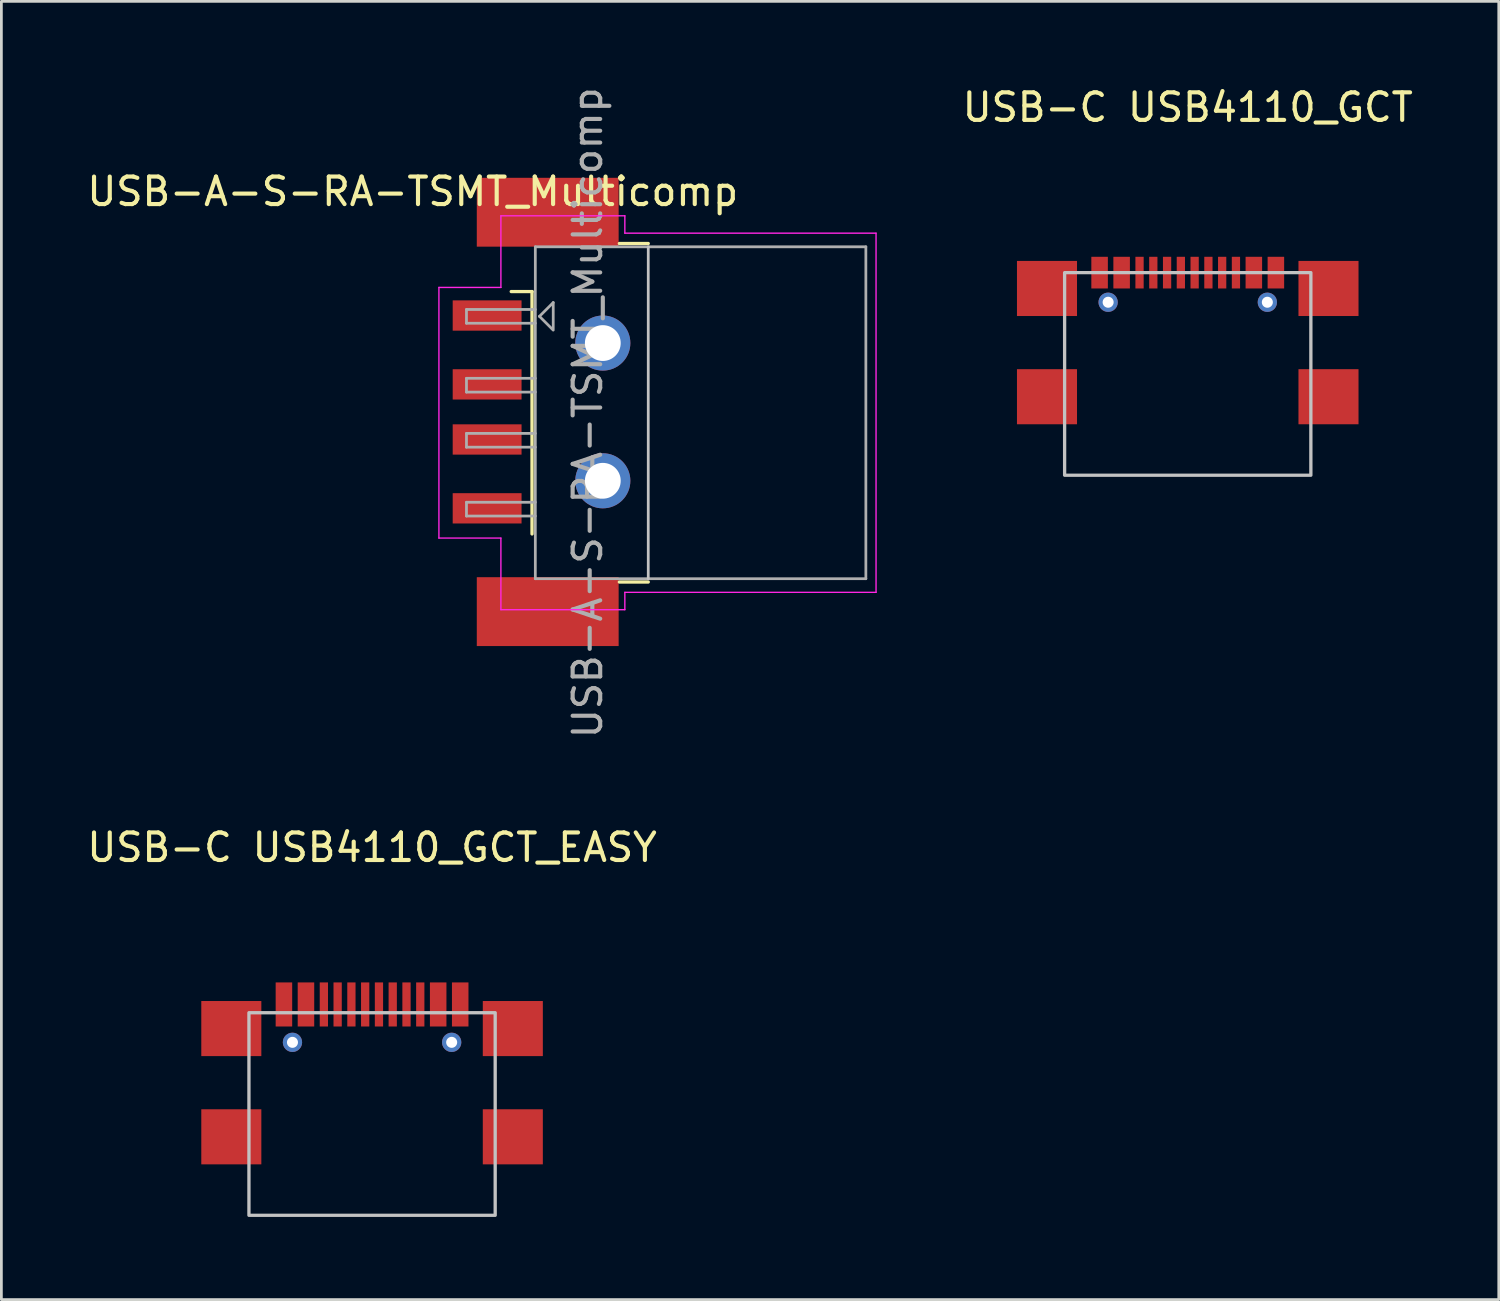
<source format=kicad_pcb>
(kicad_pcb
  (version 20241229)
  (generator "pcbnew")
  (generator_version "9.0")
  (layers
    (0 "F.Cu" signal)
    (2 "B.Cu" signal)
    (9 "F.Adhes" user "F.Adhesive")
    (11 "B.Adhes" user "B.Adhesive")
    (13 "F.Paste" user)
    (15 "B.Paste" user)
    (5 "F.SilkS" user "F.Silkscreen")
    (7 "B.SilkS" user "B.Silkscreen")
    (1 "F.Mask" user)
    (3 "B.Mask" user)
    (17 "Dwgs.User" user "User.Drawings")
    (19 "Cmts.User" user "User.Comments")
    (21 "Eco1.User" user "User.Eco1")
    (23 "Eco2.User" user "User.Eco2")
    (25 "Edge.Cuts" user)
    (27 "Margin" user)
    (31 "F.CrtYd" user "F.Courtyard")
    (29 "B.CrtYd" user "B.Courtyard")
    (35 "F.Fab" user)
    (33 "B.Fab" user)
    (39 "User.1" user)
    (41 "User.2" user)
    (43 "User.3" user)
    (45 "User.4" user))
  (footprint "USB-C USB4110_GCT"
    (layer "F.Cu")
    (at 40.071 6.848)
    (property "Reference" "USB-C USB4110_GCT" (at 0 -6 0) (unlocked yes) (layer "F.SilkS") (effects (font (size 1 1) (thickness 0.15))))
    (attr smd)
    (fp_rect (start -4.47 0) (end 4.47 7.355) (stroke (width 0.12) (type solid)) (fill no) (layer "Dwgs.User"))
    (pad "" thru_hole circle (at -2.89 1.075) (size 0.7 0.7) (drill 0.4) (layers "*.Cu" "*.Mask"))
    (pad "" thru_hole circle (at 2.89 1.075) (size 0.7 0.7) (drill 0.4) (layers "*.Cu" "*.Mask"))
    (pad "A1" smd rect (at -3.2 0) (size 0.6 1.15) (layers "F.Cu" "F.Mask" "F.Paste"))
    (pad "A4" smd rect (at -2.4 0) (size 0.6 1.15) (layers "F.Cu" "F.Mask" "F.Paste"))
    (pad "A5" smd rect (at -1.25 0) (size 0.3 1.15) (layers "F.Cu" "F.Mask" "F.Paste"))
    (pad "A6" smd rect (at -0.25 0) (size 0.3 1.15) (layers "F.Cu" "F.Mask" "F.Paste"))
    (pad "A7" smd rect (at 0.25 0) (size 0.3 1.15) (layers "F.Cu" "F.Mask" "F.Paste"))
    (pad "A8" smd rect (at 1.25 0) (size 0.3 1.15) (layers "F.Cu" "F.Mask" "F.Paste"))
    (pad "A9" smd rect (at 2.4 0) (size 0.6 1.15) (layers "F.Cu" "F.Mask" "F.Paste"))
    (pad "A12" smd rect (at 3.2 0) (size 0.6 1.15) (layers "F.Cu" "F.Mask" "F.Paste"))
    (pad "B5" smd rect (at 1.75 0) (size 0.3 1.15) (layers "F.Cu" "F.Mask" "F.Paste"))
    (pad "B6" smd rect (at 0.75 0) (size 0.3 1.15) (layers "F.Cu" "F.Mask" "F.Paste"))
    (pad "B7" smd rect (at -0.75 0) (size 0.3 1.15) (layers "F.Cu" "F.Mask" "F.Paste"))
    (pad "B8" smd rect (at -1.75 0) (size 0.3 1.15) (layers "F.Cu" "F.Mask" "F.Paste"))
    (pad "S1" smd rect (at -5.11 0.575) (size 2.18 2) (layers "F.Cu" "F.Mask" "F.Paste"))
    (pad "S1" smd rect (at -5.11 4.505) (size 2.18 2) (layers "F.Cu" "F.Mask" "F.Paste"))
    (pad "S1" smd rect (at 5.11 0.575) (size 2.18 2) (layers "F.Cu" "F.Mask" "F.Paste"))
    (pad "S1" smd rect (at 5.11 4.505) (size 2.18 2) (layers "F.Cu" "F.Mask" "F.Paste")))
  (footprint "USB-C USB4110_GCT_EASY"
    (layer "F.Cu")
    (at 10.458 33.717)
    (property "Reference" "USB-C USB4110_GCT_EASY" (at 0 -6 0) (unlocked yes) (layer "F.SilkS") (effects (font (size 1 1) (thickness 0.15))))
    (attr smd)
    (fp_rect (start -4.47 0) (end 4.47 7.355) (stroke (width 0.12) (type solid)) (fill no) (layer "Dwgs.User"))
    (pad "" thru_hole circle (at -2.89 1.075) (size 0.7 0.7) (drill 0.4) (layers "*.Cu" "*.Mask"))
    (pad "" thru_hole circle (at 2.89 1.075) (size 0.7 0.7) (drill 0.4) (layers "*.Cu" "*.Mask"))
    (pad "A1" smd rect (at -3.2 -0.3) (size 0.6 1.6) (layers "F.Cu" "F.Mask" "F.Paste"))
    (pad "A4" smd rect (at -2.4 -0.3) (size 0.6 1.6) (layers "F.Cu" "F.Mask" "F.Paste"))
    (pad "A5" smd rect (at -1.25 -0.3) (size 0.3 1.6) (layers "F.Cu" "F.Mask" "F.Paste"))
    (pad "A6" smd rect (at -0.25 -0.3) (size 0.3 1.6) (layers "F.Cu" "F.Mask" "F.Paste"))
    (pad "A7" smd rect (at 0.25 -0.3) (size 0.3 1.6) (layers "F.Cu" "F.Mask" "F.Paste"))
    (pad "A8" smd rect (at 1.25 -0.3) (size 0.3 1.6) (layers "F.Cu" "F.Mask" "F.Paste"))
    (pad "A9" smd rect (at 2.4 -0.3) (size 0.6 1.6) (layers "F.Cu" "F.Mask" "F.Paste"))
    (pad "A12" smd rect (at 3.2 -0.3) (size 0.6 1.6) (layers "F.Cu" "F.Mask" "F.Paste"))
    (pad "B5" smd rect (at 1.75 -0.3) (size 0.3 1.6) (layers "F.Cu" "F.Mask" "F.Paste"))
    (pad "B6" smd rect (at 0.75 -0.3) (size 0.3 1.6) (layers "F.Cu" "F.Mask" "F.Paste"))
    (pad "B7" smd rect (at -0.75 -0.3) (size 0.3 1.6) (layers "F.Cu" "F.Mask" "F.Paste"))
    (pad "B8" smd rect (at -1.75 -0.3) (size 0.3 1.6) (layers "F.Cu" "F.Mask" "F.Paste"))
    (pad "S1" smd rect (at -5.11 0.575) (size 2.18 2) (layers "F.Cu" "F.Mask" "F.Paste"))
    (pad "S1" smd rect (at -5.11 4.505) (size 2.18 2) (layers "F.Cu" "F.Mask" "F.Paste"))
    (pad "S1" smd rect (at 5.11 0.575) (size 2.18 2) (layers "F.Cu" "F.Mask" "F.Paste"))
    (pad "S1" smd rect (at 5.11 4.505) (size 2.18 2) (layers "F.Cu" "F.Mask" "F.Paste")))
  (footprint "USB-A-S-RA-TSMT_Multicomp"
    (layer "F.Cu")
    (at 18.835 11.905)
    (property "Reference" "USB-A-S-RA-TSMT_Multicomp" (at -6.9 -8 0) (layer "F.SilkS") (effects (font (size 1 1) (thickness 0.15))))
    (attr smd)
    (fp_line (start -2.57 -4.37) (end -3.325 -4.37) (stroke (width 0.12) (type solid)) (layer "F.SilkS"))
    (fp_line (start -2.57 -4.37) (end -2.57 4.43) (stroke (width 0.12) (type solid)) (layer "F.SilkS"))
    (fp_line (start 0.6 -6.115) (end 1.65 -6.115) (stroke (width 0.12) (type solid)) (layer "F.SilkS"))
    (fp_line (start 0.6 6.175) (end 1.65 6.175) (stroke (width 0.12) (type solid)) (layer "F.SilkS"))
    (fp_line (start 1.65 6.055) (end 1.65 -5.995) (stroke (width 0.1) (type solid)) (layer "Dwgs.User"))
    (fp_line (start -5.95 -4.52) (end -3.7 -4.52) (stroke (width 0.05) (type solid)) (layer "F.CrtYd"))
    (fp_line (start -5.95 4.58) (end -5.95 -4.52) (stroke (width 0.05) (type solid)) (layer "F.CrtYd"))
    (fp_line (start -5.95 4.58) (end -3.7 4.58) (stroke (width 0.05) (type solid)) (layer "F.CrtYd"))
    (fp_line (start -3.7 -7.12) (end -3.7 -4.52) (stroke (width 0.05) (type solid)) (layer "F.CrtYd"))
    (fp_line (start -3.7 -7.12) (end 0.8 -7.12) (stroke (width 0.05) (type solid)) (layer "F.CrtYd"))
    (fp_line (start -3.7 4.58) (end -3.7 7.18) (stroke (width 0.05) (type solid)) (layer "F.CrtYd"))
    (fp_line (start -3.7 7.18) (end 0.8 7.18) (stroke (width 0.05) (type solid)) (layer "F.CrtYd"))
    (fp_line (start 0.8 -6.49) (end 0.8 -7.12) (stroke (width 0.05) (type solid)) (layer "F.CrtYd"))
    (fp_line (start 0.8 -6.49) (end 9.92 -6.49) (stroke (width 0.05) (type solid)) (layer "F.CrtYd"))
    (fp_line (start 0.8 6.55) (end 9.92 6.55) (stroke (width 0.05) (type solid)) (layer "F.CrtYd"))
    (fp_line (start 0.8 7.18) (end 0.8 6.55) (stroke (width 0.05) (type solid)) (layer "F.CrtYd"))
    (fp_line (start 9.92 6.55) (end 9.92 -6.49) (stroke (width 0.05) (type solid)) (layer "F.CrtYd"))
    (fp_line (start -4.95 -3.72) (end -2.45 -3.72) (stroke (width 0.1) (type solid)) (layer "F.Fab"))
    (fp_line (start -4.95 -3.22) (end -4.95 -3.72) (stroke (width 0.1) (type solid)) (layer "F.Fab"))
    (fp_line (start -4.95 -3.22) (end -2.45 -3.22) (stroke (width 0.1) (type solid)) (layer "F.Fab"))
    (fp_line (start -4.95 -1.22) (end -2.45 -1.22) (stroke (width 0.1) (type solid)) (layer "F.Fab"))
    (fp_line (start -4.95 -0.72) (end -4.95 -1.22) (stroke (width 0.1) (type solid)) (layer "F.Fab"))
    (fp_line (start -4.95 -0.72) (end -2.45 -0.72) (stroke (width 0.1) (type solid)) (layer "F.Fab"))
    (fp_line (start -4.95 0.78) (end -2.45 0.78) (stroke (width 0.1) (type solid)) (layer "F.Fab"))
    (fp_line (start -4.95 1.28) (end -4.95 0.78) (stroke (width 0.1) (type solid)) (layer "F.Fab"))
    (fp_line (start -4.95 1.28) (end -2.45 1.28) (stroke (width 0.1) (type solid)) (layer "F.Fab"))
    (fp_line (start -4.95 3.28) (end -2.45 3.28) (stroke (width 0.1) (type solid)) (layer "F.Fab"))
    (fp_line (start -4.95 3.78) (end -4.95 3.28) (stroke (width 0.1) (type solid)) (layer "F.Fab"))
    (fp_line (start -4.95 3.78) (end -2.45 3.78) (stroke (width 0.1) (type solid)) (layer "F.Fab"))
    (fp_line (start -2.45 -5.995) (end 9.55 -5.995) (stroke (width 0.1) (type solid)) (layer "F.Fab"))
    (fp_line (start -2.45 6.055) (end -2.45 -5.995) (stroke (width 0.1) (type solid)) (layer "F.Fab"))
    (fp_line (start -2.45 6.055) (end 9.55 6.055) (stroke (width 0.1) (type solid)) (layer "F.Fab"))
    (fp_line (start -2.3 -3.47) (end -1.8 -3.97) (stroke (width 0.1) (type solid)) (layer "F.Fab"))
    (fp_line (start -2.3 -3.47) (end -1.8 -2.97) (stroke (width 0.1) (type solid)) (layer "F.Fab"))
    (fp_line (start -1.8 -3.97) (end -1.8 -3.02) (stroke (width 0.1) (type solid)) (layer "F.Fab"))
    (fp_line (start 9.55 6.055) (end 9.55 -5.995) (stroke (width 0.1) (type solid)) (layer "F.Fab"))
    (fp_text user "${REFERENCE}" (at -0.55 0.03 90) (layer "F.Fab") (effects (font (size 1 1) (thickness 0.15))))
    (pad "" thru_hole circle (at 0 -2.5) (size 2 2) (drill 1.3) (layers "*.Cu" "*.Mask"))
    (pad "" thru_hole circle (at 0 2.5) (size 2 2) (drill 1.3) (layers "*.Cu" "*.Mask"))
    (pad "1" smd rect (at -4.2 3.5) (size 2.5 1.1) (layers "F.Cu" "F.Mask" "F.Paste"))
    (pad "2" smd rect (at -4.2 1) (size 2.5 1.1) (layers "F.Cu" "F.Mask" "F.Paste"))
    (pad "3" smd rect (at -4.2 -1) (size 2.5 1.1) (layers "F.Cu" "F.Mask" "F.Paste"))
    (pad "4" smd rect (at -4.2 -3.5) (size 2.5 1.1) (layers "F.Cu" "F.Mask" "F.Paste"))
    (pad "5" smd rect (at -2 -7.25) (size 5.15 2.5) (layers "F.Cu" "F.Mask" "F.Paste"))
    (pad "5" smd rect (at -2 7.25) (size 5.15 2.5) (layers "F.Cu" "F.Mask" "F.Paste")))
  (gr_rect
    (start -3 -3)
    (end 51.363 44.132)
    (stroke (width 0.1) (type default))
    (fill no)
    (layer "Edge.Cuts")))
</source>
